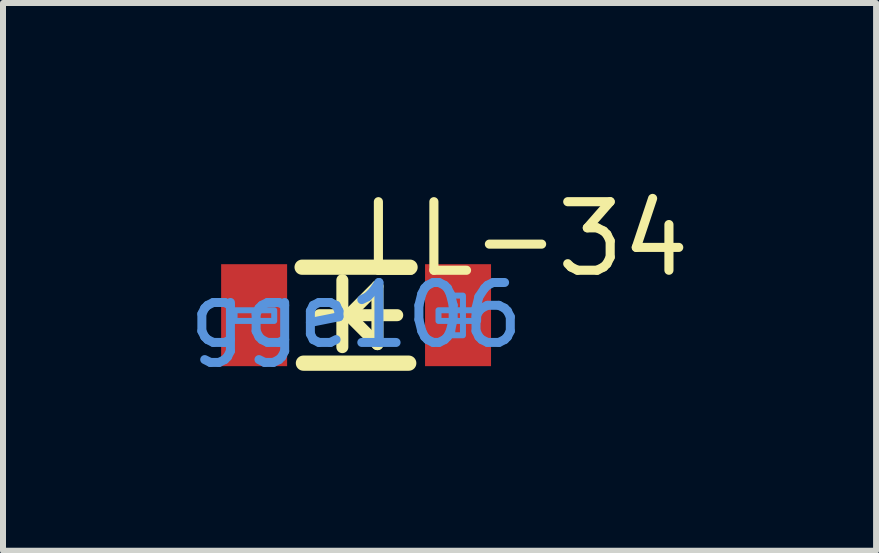
<source format=kicad_pcb>
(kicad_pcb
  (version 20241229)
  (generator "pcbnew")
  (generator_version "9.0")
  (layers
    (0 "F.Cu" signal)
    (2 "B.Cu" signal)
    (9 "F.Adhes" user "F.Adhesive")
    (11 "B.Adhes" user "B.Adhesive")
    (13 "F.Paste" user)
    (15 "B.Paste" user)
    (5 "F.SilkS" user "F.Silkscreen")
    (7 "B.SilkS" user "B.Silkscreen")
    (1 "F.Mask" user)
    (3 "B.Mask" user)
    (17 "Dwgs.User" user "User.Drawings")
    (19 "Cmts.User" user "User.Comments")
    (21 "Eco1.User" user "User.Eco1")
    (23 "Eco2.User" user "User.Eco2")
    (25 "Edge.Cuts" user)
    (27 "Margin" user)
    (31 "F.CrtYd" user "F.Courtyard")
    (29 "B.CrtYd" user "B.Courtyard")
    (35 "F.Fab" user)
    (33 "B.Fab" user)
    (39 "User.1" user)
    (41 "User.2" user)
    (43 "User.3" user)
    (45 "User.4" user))
  (footprint "LL-34"
    (layer "F.Cu")
    (at 2.887 2.205)
    (property "Reference" "LL-34" (at 0 -1.27 0) (layer "F.SilkS") (effects (font (size 1.143 1.143) (thickness 0.152)) (justify left)))
    (attr smd)
    (fp_line (start -0.9 -0.8) (end 0.9 -0.8) (stroke (width 0.254) (type solid)) (layer "F.SilkS"))
    (fp_line (start -0.878 0.8) (end 0.878 0.8) (stroke (width 0.254) (type solid)) (layer "F.SilkS"))
    (fp_line (start -0.61 0) (end 0.686 0) (stroke (width 0.2) (type solid)) (layer "F.SilkS"))
    (fp_line (start -0.229 -0.584) (end -0.229 0.533) (stroke (width 0.2) (type solid)) (layer "F.SilkS"))
    (fp_line (start -0.127 0) (end 0.356 -0.483) (stroke (width 0.2) (type solid)) (layer "F.SilkS"))
    (fp_line (start 0.356 -0.483) (end 0.356 0.483) (stroke (width 0.2) (type solid)) (layer "F.SilkS"))
    (fp_line (start 0.356 0.483) (end -0.102 0.025) (stroke (width 0.2) (type solid)) (layer "F.SilkS"))
    (fp_poly (pts (xy -1.365 0.096) (xy -2.026 0.096) (xy -2.026 -0.082) (xy -1.365 -0.082)) (stroke (width 0.1) (type solid)) (fill no) (layer "Cmts.User"))
    (fp_poly (pts (xy 1.604 0.335) (xy 1.604 -0.326) (xy 1.782 -0.326) (xy 1.782 0.335)) (stroke (width 0.1) (type solid)) (fill no) (layer "Cmts.User"))
    (fp_poly (pts (xy 2.035 0.096) (xy 1.374 0.096) (xy 1.374 -0.082) (xy 2.035 -0.082)) (stroke (width 0.1) (type solid)) (fill no) (layer "Cmts.User"))
    (fp_text user "gge106" (at 0 0 0) (layer "Cmts.User") (effects (font (size 1 1) (thickness 0.15))))
    (pad "1" smd rect (at -1.7 0 180) (size 1.1 1.7) (layers "F.Cu" "F.Mask" "F.Paste"))
    (pad "2" smd rect (at 1.7 0 180) (size 1.1 1.7) (layers "F.Cu" "F.Mask" "F.Paste")))
  (gr_rect
    (start -3 -3)
    (end 11.557 6.132)
    (stroke (width 0.1) (type default))
    (fill no)
    (layer "Edge.Cuts")))
</source>
